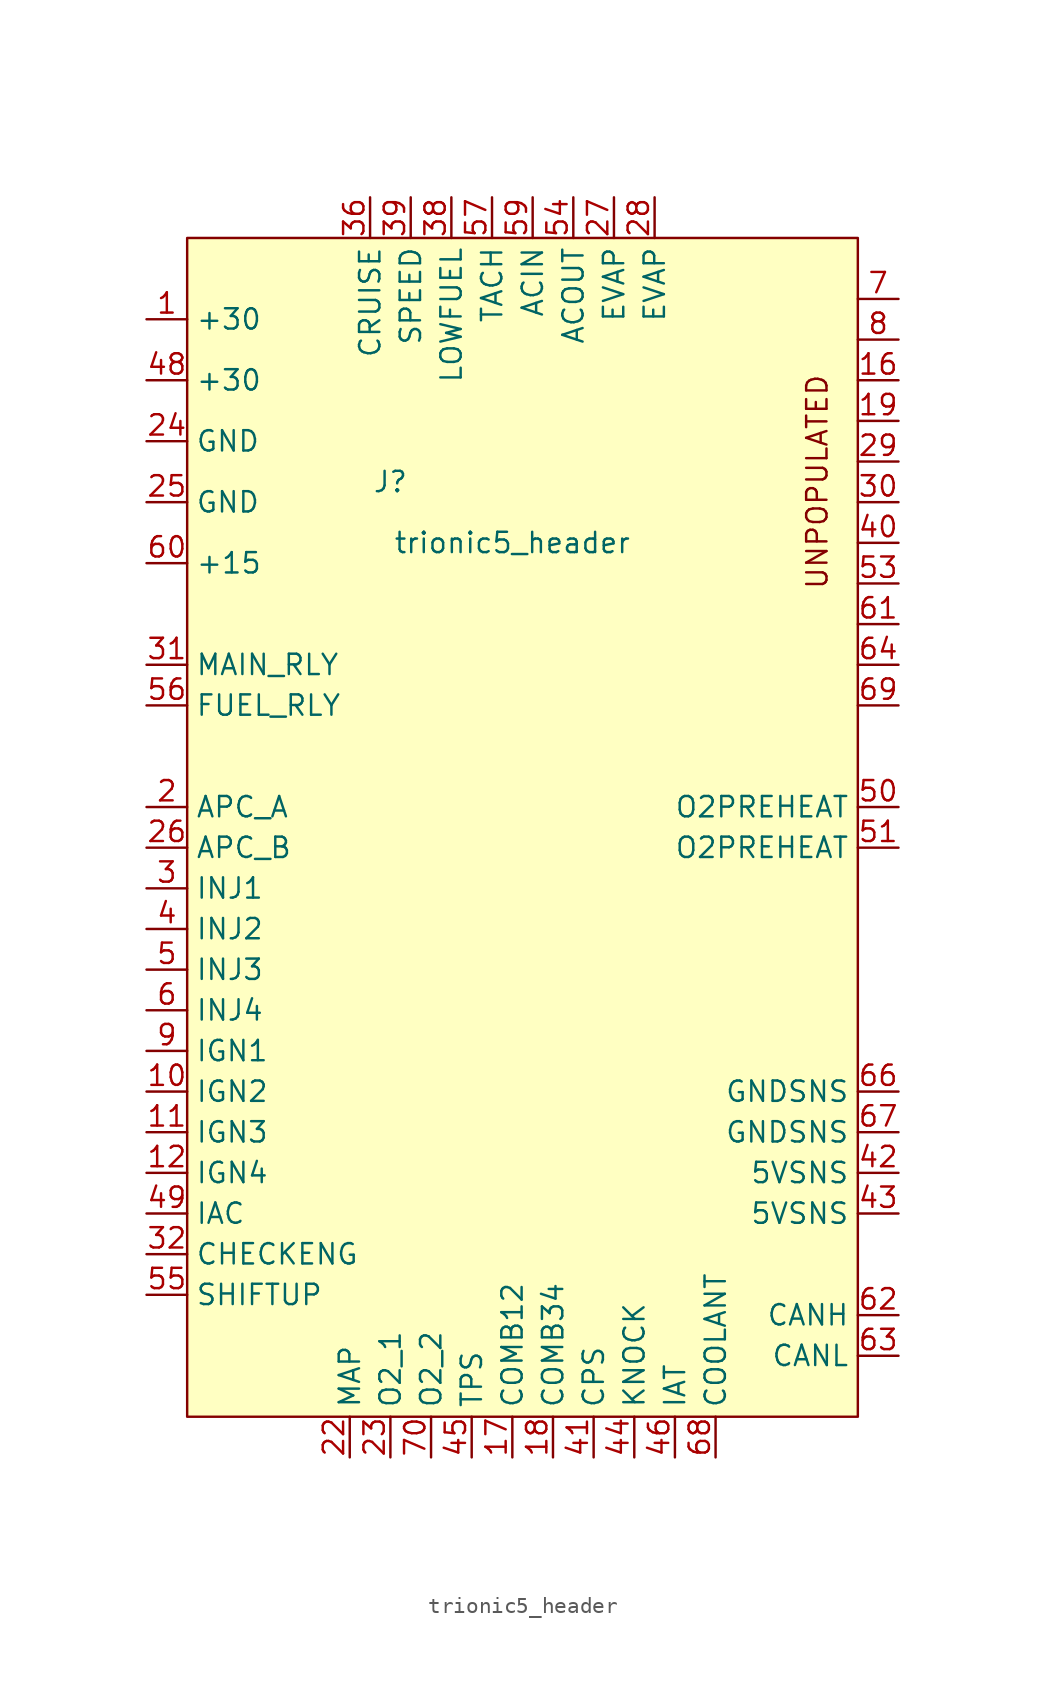
<source format=kicad_sym>
(kicad_symbol_lib
  (version 20211014)
  (generator kicad_symbol_editor)
  (symbol "trionic5_header"
    (property "Reference" "J"
      (at 12.7 -15.24 0)
      (effects (font (size 1.27 1.27))))
    (property "Value" "trionic5_header"
      (at 20.32 -19.05 0)
      (effects (font (size 1.27 1.27))))
    (symbol "trionic5_header_0_0"
      (text "UNPOPULATED" (at 39.37 -15.24 900) (effects (font (size 1.27 1.27)))))
    (symbol "trionic5_header_0_1"
      (rectangle (start 0 0) (end 41.91 -73.66) (stroke (width 0) (type default) (color 0 0 0 0)) (fill (type background))))
    (symbol "trionic5_header_1_1"
      (pin power_in line (at -2.54 -5.08 0) (length 2.54) (name "+30" (effects (font (size 1.27 1.27)))) (number "1" (effects (font (size 1.27 1.27)))))
      (pin output line (at -2.54 -53.34 0) (length 2.54) (name "IGN2" (effects (font (size 1.27 1.27)))) (number "10" (effects (font (size 1.27 1.27)))))
      (pin output line (at -2.54 -55.88 0) (length 2.54) (name "IGN3" (effects (font (size 1.27 1.27)))) (number "11" (effects (font (size 1.27 1.27)))))
      (pin output line (at -2.54 -58.42 0) (length 2.54) (name "IGN4" (effects (font (size 1.27 1.27)))) (number "12" (effects (font (size 1.27 1.27)))))
      (pin bidirectional line (at 44.45 -8.89 180) (length 2.54) (name "" (effects (font (size 1.27 1.27)))) (number "16" (effects (font (size 1.27 1.27)))))
      (pin input line (at 20.32 -76.2 90) (length 2.54) (name "COMB12" (effects (font (size 1.27 1.27)))) (number "17" (effects (font (size 1.27 1.27)))))
      (pin input line (at 22.86 -76.2 90) (length 2.54) (name "COMB34" (effects (font (size 1.27 1.27)))) (number "18" (effects (font (size 1.27 1.27)))))
      (pin bidirectional line (at 44.45 -11.43 180) (length 2.54) (name "" (effects (font (size 1.27 1.27)))) (number "19" (effects (font (size 1.27 1.27)))))
      (pin output line (at -2.54 -35.56 0) (length 2.54) (name "APC_A" (effects (font (size 1.27 1.27)))) (number "2" (effects (font (size 1.27 1.27)))))
      (pin input line (at 10.16 -76.2 90) (length 2.54) (name "MAP" (effects (font (size 1.27 1.27)))) (number "22" (effects (font (size 1.27 1.27)))))
      (pin input line (at 12.7 -76.2 90) (length 2.54) (name "O2_1" (effects (font (size 1.27 1.27)))) (number "23" (effects (font (size 1.27 1.27)))))
      (pin power_in line (at -2.54 -12.7 0) (length 2.54) (name "GND" (effects (font (size 1.27 1.27)))) (number "24" (effects (font (size 1.27 1.27)))))
      (pin power_in line (at -2.54 -16.51 0) (length 2.54) (name "GND" (effects (font (size 1.27 1.27)))) (number "25" (effects (font (size 1.27 1.27)))))
      (pin output line (at -2.54 -38.1 0) (length 2.54) (name "APC_B" (effects (font (size 1.27 1.27)))) (number "26" (effects (font (size 1.27 1.27)))))
      (pin output line (at 26.67 2.54 270) (length 2.54) (name "EVAP" (effects (font (size 1.27 1.27)))) (number "27" (effects (font (size 1.27 1.27)))))
      (pin output line (at 29.21 2.54 270) (length 2.54) (name "EVAP" (effects (font (size 1.27 1.27)))) (number "28" (effects (font (size 1.27 1.27)))))
      (pin bidirectional line (at 44.45 -13.97 180) (length 2.54) (name "" (effects (font (size 1.27 1.27)))) (number "29" (effects (font (size 1.27 1.27)))))
      (pin output line (at -2.54 -40.64 0) (length 2.54) (name "INJ1" (effects (font (size 1.27 1.27)))) (number "3" (effects (font (size 1.27 1.27)))))
      (pin bidirectional line (at 44.45 -16.51 180) (length 2.54) (name "" (effects (font (size 1.27 1.27)))) (number "30" (effects (font (size 1.27 1.27)))))
      (pin output line (at -2.54 -26.67 0) (length 2.54) (name "MAIN_RLY" (effects (font (size 1.27 1.27)))) (number "31" (effects (font (size 1.27 1.27)))))
      (pin output line (at -2.54 -63.5 0) (length 2.54) (name "CHECKENG" (effects (font (size 1.27 1.27)))) (number "32" (effects (font (size 1.27 1.27)))))
      (pin input line (at 11.43 2.54 270) (length 2.54) (name "CRUISE" (effects (font (size 1.27 1.27)))) (number "36" (effects (font (size 1.27 1.27)))))
      (pin input line (at 16.51 2.54 270) (length 2.54) (name "LOWFUEL" (effects (font (size 1.27 1.27)))) (number "38" (effects (font (size 1.27 1.27)))))
      (pin input line (at 13.97 2.54 270) (length 2.54) (name "SPEED" (effects (font (size 1.27 1.27)))) (number "39" (effects (font (size 1.27 1.27)))))
      (pin output line (at -2.54 -43.18 0) (length 2.54) (name "INJ2" (effects (font (size 1.27 1.27)))) (number "4" (effects (font (size 1.27 1.27)))))
      (pin bidirectional line (at 44.45 -19.05 180) (length 2.54) (name "" (effects (font (size 1.27 1.27)))) (number "40" (effects (font (size 1.27 1.27)))))
      (pin input line (at 25.4 -76.2 90) (length 2.54) (name "CPS" (effects (font (size 1.27 1.27)))) (number "41" (effects (font (size 1.27 1.27)))))
      (pin power_out line (at 44.45 -58.42 180) (length 2.54) (name "5VSNS" (effects (font (size 1.27 1.27)))) (number "42" (effects (font (size 1.27 1.27)))))
      (pin power_out line (at 44.45 -60.96 180) (length 2.54) (name "5VSNS" (effects (font (size 1.27 1.27)))) (number "43" (effects (font (size 1.27 1.27)))))
      (pin input line (at 27.94 -76.2 90) (length 2.54) (name "KNOCK" (effects (font (size 1.27 1.27)))) (number "44" (effects (font (size 1.27 1.27)))))
      (pin input line (at 17.78 -76.2 90) (length 2.54) (name "TPS" (effects (font (size 1.27 1.27)))) (number "45" (effects (font (size 1.27 1.27)))))
      (pin bidirectional line (at 30.48 -76.2 90) (length 2.54) (name "IAT" (effects (font (size 1.27 1.27)))) (number "46" (effects (font (size 1.27 1.27)))))
      (pin power_in line (at -2.54 -8.89 0) (length 2.54) (name "+30" (effects (font (size 1.27 1.27)))) (number "48" (effects (font (size 1.27 1.27)))))
      (pin output line (at -2.54 -60.96 0) (length 2.54) (name "IAC" (effects (font (size 1.27 1.27)))) (number "49" (effects (font (size 1.27 1.27)))))
      (pin output line (at -2.54 -45.72 0) (length 2.54) (name "INJ3" (effects (font (size 1.27 1.27)))) (number "5" (effects (font (size 1.27 1.27)))))
      (pin output line (at 44.45 -35.56 180) (length 2.54) (name "O2PREHEAT" (effects (font (size 1.27 1.27)))) (number "50" (effects (font (size 1.27 1.27)))))
      (pin output line (at 44.45 -38.1 180) (length 2.54) (name "O2PREHEAT" (effects (font (size 1.27 1.27)))) (number "51" (effects (font (size 1.27 1.27)))))
      (pin bidirectional line (at 44.45 -21.59 180) (length 2.54) (name "" (effects (font (size 1.27 1.27)))) (number "53" (effects (font (size 1.27 1.27)))))
      (pin output line (at 24.13 2.54 270) (length 2.54) (name "ACOUT" (effects (font (size 1.27 1.27)))) (number "54" (effects (font (size 1.27 1.27)))))
      (pin output line (at -2.54 -66.04 0) (length 2.54) (name "SHIFTUP" (effects (font (size 1.27 1.27)))) (number "55" (effects (font (size 1.27 1.27)))))
      (pin output line (at -2.54 -29.21 0) (length 2.54) (name "FUEL_RLY" (effects (font (size 1.27 1.27)))) (number "56" (effects (font (size 1.27 1.27)))))
      (pin output line (at 19.05 2.54 270) (length 2.54) (name "TACH" (effects (font (size 1.27 1.27)))) (number "57" (effects (font (size 1.27 1.27)))))
      (pin input line (at 21.59 2.54 270) (length 2.54) (name "ACIN" (effects (font (size 1.27 1.27)))) (number "59" (effects (font (size 1.27 1.27)))))
      (pin output line (at -2.54 -48.26 0) (length 2.54) (name "INJ4" (effects (font (size 1.27 1.27)))) (number "6" (effects (font (size 1.27 1.27)))))
      (pin input line (at -2.54 -20.32 0) (length 2.54) (name "+15" (effects (font (size 1.27 1.27)))) (number "60" (effects (font (size 1.27 1.27)))))
      (pin bidirectional line (at 44.45 -24.13 180) (length 2.54) (name "" (effects (font (size 1.27 1.27)))) (number "61" (effects (font (size 1.27 1.27)))))
      (pin bidirectional line (at 44.45 -67.31 180) (length 2.54) (name "CANH" (effects (font (size 1.27 1.27)))) (number "62" (effects (font (size 1.27 1.27)))))
      (pin bidirectional line (at 44.45 -69.85 180) (length 2.54) (name "CANL" (effects (font (size 1.27 1.27)))) (number "63" (effects (font (size 1.27 1.27)))))
      (pin bidirectional line (at 44.45 -26.67 180) (length 2.54) (name "" (effects (font (size 1.27 1.27)))) (number "64" (effects (font (size 1.27 1.27)))))
      (pin power_out line (at 44.45 -53.34 180) (length 2.54) (name "GNDSNS" (effects (font (size 1.27 1.27)))) (number "66" (effects (font (size 1.27 1.27)))))
      (pin power_out line (at 44.45 -55.88 180) (length 2.54) (name "GNDSNS" (effects (font (size 1.27 1.27)))) (number "67" (effects (font (size 1.27 1.27)))))
      (pin bidirectional line (at 33.02 -76.2 90) (length 2.54) (name "COOLANT" (effects (font (size 1.27 1.27)))) (number "68" (effects (font (size 1.27 1.27)))))
      (pin bidirectional line (at 44.45 -29.21 180) (length 2.54) (name "" (effects (font (size 1.27 1.27)))) (number "69" (effects (font (size 1.27 1.27)))))
      (pin bidirectional line (at 44.45 -3.81 180) (length 2.54) (name "" (effects (font (size 1.27 1.27)))) (number "7" (effects (font (size 1.27 1.27)))))
      (pin input line (at 15.24 -76.2 90) (length 2.54) (name "O2_2" (effects (font (size 1.27 1.27)))) (number "70" (effects (font (size 1.27 1.27)))))
      (pin bidirectional line (at 44.45 -6.35 180) (length 2.54) (name "" (effects (font (size 1.27 1.27)))) (number "8" (effects (font (size 1.27 1.27)))))
      (pin output line (at -2.54 -50.8 0) (length 2.54) (name "IGN1" (effects (font (size 1.27 1.27)))) (number "9" (effects (font (size 1.27 1.27))))))))
</source>
